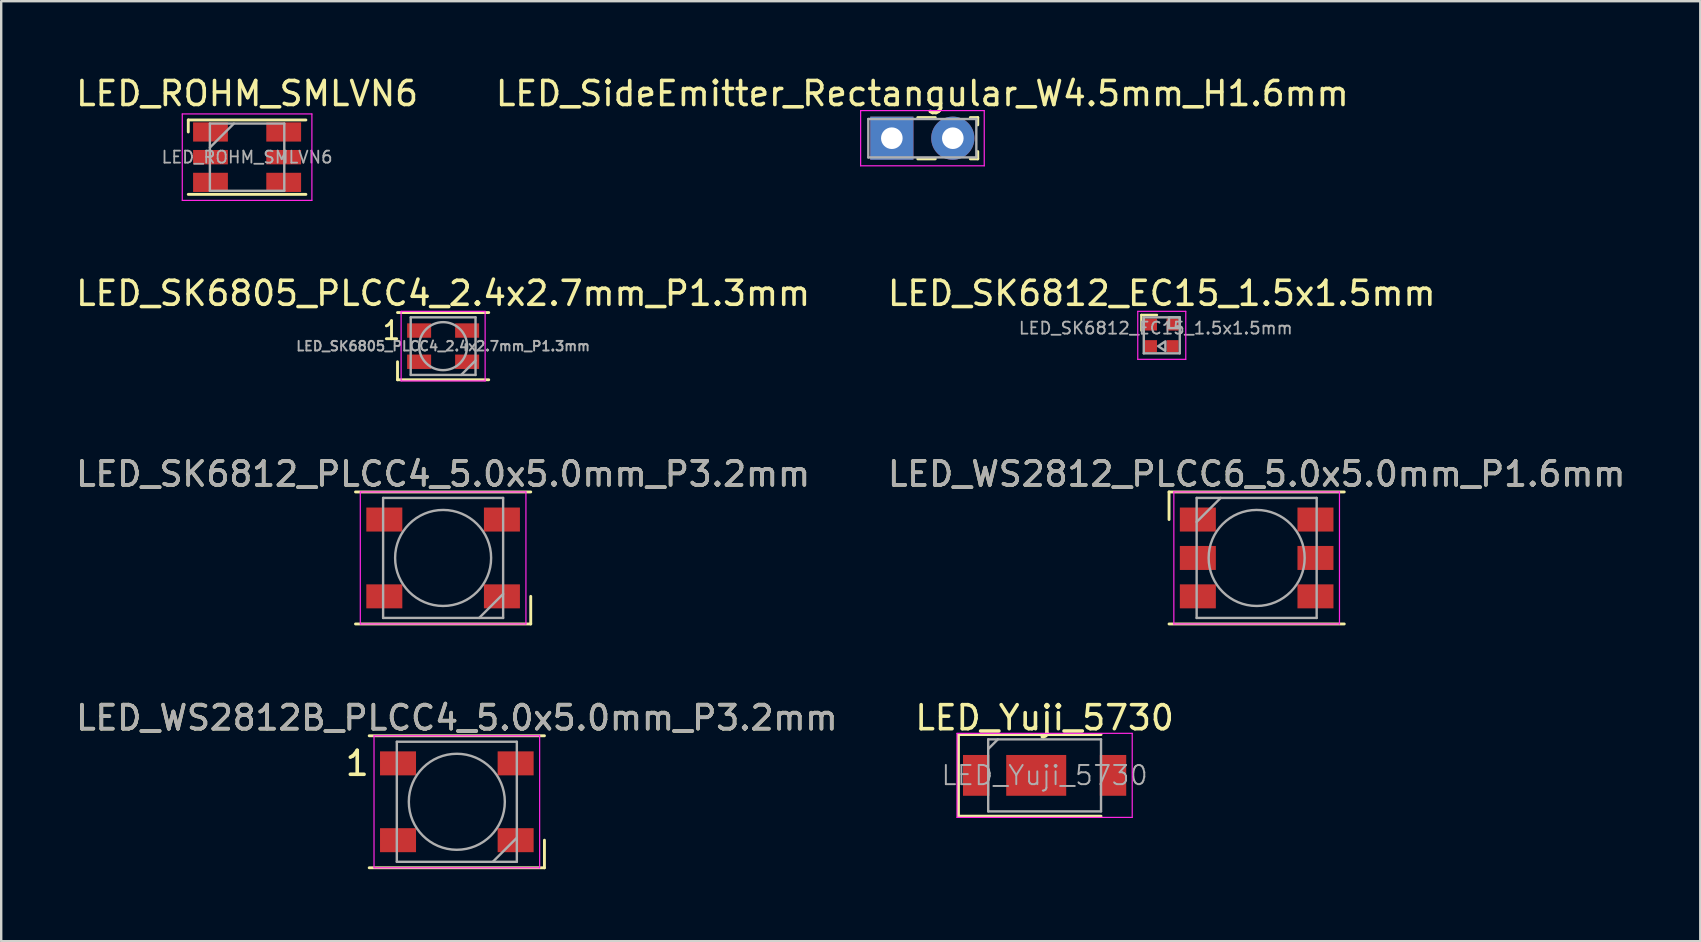
<source format=kicad_pcb>
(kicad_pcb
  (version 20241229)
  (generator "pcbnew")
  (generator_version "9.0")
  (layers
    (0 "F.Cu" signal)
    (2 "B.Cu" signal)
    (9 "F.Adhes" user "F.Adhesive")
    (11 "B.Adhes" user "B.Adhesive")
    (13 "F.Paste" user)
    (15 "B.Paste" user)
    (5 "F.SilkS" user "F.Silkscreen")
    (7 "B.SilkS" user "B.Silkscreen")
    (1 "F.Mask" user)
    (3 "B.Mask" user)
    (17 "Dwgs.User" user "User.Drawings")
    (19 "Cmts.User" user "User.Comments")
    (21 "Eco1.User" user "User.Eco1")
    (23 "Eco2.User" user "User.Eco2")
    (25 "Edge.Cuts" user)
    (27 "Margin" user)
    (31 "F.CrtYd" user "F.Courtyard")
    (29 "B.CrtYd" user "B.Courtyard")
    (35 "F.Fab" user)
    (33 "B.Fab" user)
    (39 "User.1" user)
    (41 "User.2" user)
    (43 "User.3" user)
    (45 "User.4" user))
  (footprint "LED_SideEmitter_Rectangular_W4.5mm_H1.6mm"
    (layer "F.Cu")
    (at 34.105 2.708)
    (property "Reference" "LED_SideEmitter_Rectangular_W4.5mm_H1.6mm" (at 1.27 -1.86 0) (layer "F.SilkS") (effects (font (size 1 1) (thickness 0.15))))
    (attr through_hole)
    (fp_line (start 1.08 -0.861) (end 1.811 -0.861) (stroke (width 0.12) (type solid)) (layer "F.SilkS"))
    (fp_line (start 1.08 0.861) (end 1.811 0.861) (stroke (width 0.12) (type solid)) (layer "F.SilkS"))
    (fp_line (start 3.27 -0.861) (end 3.58 -0.861) (stroke (width 0.12) (type solid)) (layer "F.SilkS"))
    (fp_line (start 3.27 0.861) (end 3.58 0.861) (stroke (width 0.12) (type solid)) (layer "F.SilkS"))
    (fp_line (start 3.58 -0.861) (end 3.58 -0.555) (stroke (width 0.12) (type solid)) (layer "F.SilkS"))
    (fp_line (start 3.58 0.555) (end 3.58 0.861) (stroke (width 0.12) (type solid)) (layer "F.SilkS"))
    (fp_line (start -1.3 -1.15) (end -1.3 1.15) (stroke (width 0.05) (type solid)) (layer "F.CrtYd"))
    (fp_line (start -1.3 1.15) (end 3.85 1.15) (stroke (width 0.05) (type solid)) (layer "F.CrtYd"))
    (fp_line (start 3.85 -1.15) (end -1.3 -1.15) (stroke (width 0.05) (type solid)) (layer "F.CrtYd"))
    (fp_line (start 3.85 1.15) (end 3.85 -1.15) (stroke (width 0.05) (type solid)) (layer "F.CrtYd"))
    (fp_line (start -0.98 -0.8) (end -0.98 0.8) (stroke (width 0.1) (type solid)) (layer "F.Fab"))
    (fp_line (start -0.98 0.8) (end 3.52 0.8) (stroke (width 0.1) (type solid)) (layer "F.Fab"))
    (fp_line (start 3.52 -0.8) (end -0.98 -0.8) (stroke (width 0.1) (type solid)) (layer "F.Fab"))
    (fp_line (start 3.52 0.8) (end 3.52 -0.8) (stroke (width 0.1) (type solid)) (layer "F.Fab"))
    (pad "1" thru_hole rect (at 0 0) (size 1.8 1.8) (drill 0.9) (layers "*.Cu" "*.Mask"))
    (pad "2" thru_hole circle (at 2.54 0) (size 1.8 1.8) (drill 0.9) (layers "*.Cu" "*.Mask")))
  (footprint "LED_WS2812_PLCC6_5.0x5.0mm_P1.6mm"
    (layer "F.Cu")
    (at 49.304 20.195)
    (property "Reference" "LED_WS2812_PLCC6_5.0x5.0mm_P1.6mm" (at 0 -3.5 0) (layer "F.SilkS") (effects (font (size 1 1) (thickness 0.15))))
    (attr smd)
    (fp_line (start -3.65 -2.75) (end 3.65 -2.75) (stroke (width 0.12) (type solid)) (layer "F.SilkS"))
    (fp_line (start -3.65 -1.6) (end -3.65 -2.75) (stroke (width 0.12) (type solid)) (layer "F.SilkS"))
    (fp_line (start -3.65 2.75) (end 3.65 2.75) (stroke (width 0.12) (type solid)) (layer "F.SilkS"))
    (fp_line (start -3.45 -2.75) (end -3.45 2.75) (stroke (width 0.05) (type solid)) (layer "F.CrtYd"))
    (fp_line (start -3.45 2.75) (end 3.45 2.75) (stroke (width 0.05) (type solid)) (layer "F.CrtYd"))
    (fp_line (start 3.45 -2.75) (end -3.45 -2.75) (stroke (width 0.05) (type solid)) (layer "F.CrtYd"))
    (fp_line (start 3.45 2.75) (end 3.45 -2.75) (stroke (width 0.05) (type solid)) (layer "F.CrtYd"))
    (fp_line (start -2.5 -2.5) (end 2.5 -2.5) (stroke (width 0.1) (type solid)) (layer "F.Fab"))
    (fp_line (start -2.5 -1.5) (end -1.5 -2.5) (stroke (width 0.1) (type solid)) (layer "F.Fab"))
    (fp_line (start -2.5 2.5) (end -2.5 -2.5) (stroke (width 0.1) (type solid)) (layer "F.Fab"))
    (fp_line (start 2.5 -2.5) (end 2.5 2.5) (stroke (width 0.1) (type solid)) (layer "F.Fab"))
    (fp_line (start 2.5 2.5) (end -2.5 2.5) (stroke (width 0.1) (type solid)) (layer "F.Fab"))
    (fp_circle (center 0 0) (end 0 -2) (stroke (width 0.1) (type solid)) (fill no) (layer "F.Fab"))
    (fp_text user "${REFERENCE}" (at 0 -3.5 0) (layer "F.Fab") (effects (font (size 1 1) (thickness 0.15))))
    (pad "1" smd rect (at -2.45 -1.6) (size 1.5 1) (layers "F.Cu" "F.Mask" "F.Paste"))
    (pad "2" smd rect (at -2.45 0) (size 1.5 1) (layers "F.Cu" "F.Mask" "F.Paste"))
    (pad "3" smd rect (at -2.45 1.6) (size 1.5 1) (layers "F.Cu" "F.Mask" "F.Paste"))
    (pad "4" smd rect (at 2.45 1.6) (size 1.5 1) (layers "F.Cu" "F.Mask" "F.Paste"))
    (pad "5" smd rect (at 2.45 0) (size 1.5 1) (layers "F.Cu" "F.Mask" "F.Paste"))
    (pad "6" smd rect (at 2.45 -1.6) (size 1.5 1) (layers "F.Cu" "F.Mask" "F.Paste")))
  (footprint "LED_SK6812_PLCC4_5.0x5.0mm_P3.2mm"
    (layer "F.Cu")
    (at 15.411 20.195)
    (property "Reference" "LED_SK6812_PLCC4_5.0x5.0mm_P3.2mm" (at 0 -3.5 0) (layer "F.SilkS") (effects (font (size 1 1) (thickness 0.15))))
    (attr smd)
    (fp_line (start -3.65 -2.75) (end 3.65 -2.75) (stroke (width 0.12) (type solid)) (layer "F.SilkS"))
    (fp_line (start -3.65 2.75) (end 3.65 2.75) (stroke (width 0.12) (type solid)) (layer "F.SilkS"))
    (fp_line (start 3.65 2.75) (end 3.65 1.6) (stroke (width 0.12) (type solid)) (layer "F.SilkS"))
    (fp_line (start -3.45 -2.75) (end -3.45 2.75) (stroke (width 0.05) (type solid)) (layer "F.CrtYd"))
    (fp_line (start -3.45 2.75) (end 3.45 2.75) (stroke (width 0.05) (type solid)) (layer "F.CrtYd"))
    (fp_line (start 3.45 -2.75) (end -3.45 -2.75) (stroke (width 0.05) (type solid)) (layer "F.CrtYd"))
    (fp_line (start 3.45 2.75) (end 3.45 -2.75) (stroke (width 0.05) (type solid)) (layer "F.CrtYd"))
    (fp_line (start -2.5 -2.5) (end -2.5 2.5) (stroke (width 0.1) (type solid)) (layer "F.Fab"))
    (fp_line (start -2.5 2.5) (end 2.5 2.5) (stroke (width 0.1) (type solid)) (layer "F.Fab"))
    (fp_line (start 2.5 -2.5) (end -2.5 -2.5) (stroke (width 0.1) (type solid)) (layer "F.Fab"))
    (fp_line (start 2.5 1.5) (end 1.5 2.5) (stroke (width 0.1) (type solid)) (layer "F.Fab"))
    (fp_line (start 2.5 2.5) (end 2.5 -2.5) (stroke (width 0.1) (type solid)) (layer "F.Fab"))
    (fp_circle (center 0 0) (end 0 -2) (stroke (width 0.1) (type solid)) (fill no) (layer "F.Fab"))
    (fp_text user "${REFERENCE}" (at 0 -3.5 0) (layer "F.Fab") (effects (font (size 1 1) (thickness 0.15))))
    (pad "1" smd rect (at 2.45 1.6) (size 1.5 1) (layers "F.Cu" "F.Mask" "F.Paste"))
    (pad "2" smd rect (at 2.45 -1.6) (size 1.5 1) (layers "F.Cu" "F.Mask" "F.Paste"))
    (pad "3" smd rect (at -2.45 -1.6) (size 1.5 1) (layers "F.Cu" "F.Mask" "F.Paste"))
    (pad "4" smd rect (at -2.45 1.6) (size 1.5 1) (layers "F.Cu" "F.Mask" "F.Paste")))
  (footprint "LED_SK6812_EC15_1.5x1.5mm"
    (layer "F.Cu")
    (at 45.351 10.921)
    (property "Reference" "LED_SK6812_EC15_1.5x1.5mm" (at 0 -1.75 0) (layer "F.SilkS") (effects (font (size 1 1) (thickness 0.15))))
    (attr smd)
    (fp_line (start -0.85 -0.85) (end -0.2 -0.85) (stroke (width 0.1) (type solid)) (layer "F.SilkS"))
    (fp_line (start -0.85 -0.2) (end -0.85 -0.85) (stroke (width 0.1) (type solid)) (layer "F.SilkS"))
    (fp_line (start -1 -1) (end 1 -1) (stroke (width 0.05) (type solid)) (layer "F.CrtYd"))
    (fp_line (start -1 1) (end -1 -1) (stroke (width 0.05) (type solid)) (layer "F.CrtYd"))
    (fp_line (start 1 -1) (end 1 1) (stroke (width 0.05) (type solid)) (layer "F.CrtYd"))
    (fp_line (start 1 1) (end -1 1) (stroke (width 0.05) (type solid)) (layer "F.CrtYd"))
    (fp_line (start -0.75 -0.75) (end 0.75 -0.75) (stroke (width 0.1) (type solid)) (layer "F.Fab"))
    (fp_line (start -0.75 0.75) (end -0.75 -0.75) (stroke (width 0.1) (type solid)) (layer "F.Fab"))
    (fp_line (start 0.75 -0.75) (end 0.75 0.75) (stroke (width 0.1) (type solid)) (layer "F.Fab"))
    (fp_line (start 0.75 0.75) (end -0.75 0.75) (stroke (width 0.1) (type solid)) (layer "F.Fab"))
    (fp_poly (pts (xy 0.15 0.25) (xy -0.15 0.45) (xy 0.15 0.65)) (stroke (width 0.1) (type solid)) (fill no) (layer "F.Fab"))
    (fp_poly (pts (xy 0.75 -0.75) (xy 0.3 -0.75) (xy 0.3 -0.3) (xy 0.75 -0.3)) (stroke (width 0.1) (type solid)) (fill no) (layer "F.Fab"))
    (fp_text user "${REFERENCE}" (at -0.25 -0.3 0) (layer "F.Fab") (effects (font (size 0.5 0.5) (thickness 0.075))))
    (pad "1" smd rect (at -0.45 -0.45) (size 0.5 0.5) (layers "F.Cu" "F.Mask" "F.Paste"))
    (pad "2" smd rect (at -0.45 0.45) (size 0.5 0.5) (layers "F.Cu" "F.Mask" "F.Paste"))
    (pad "3" smd rect (at 0.45 0.45) (size 0.5 0.5) (layers "F.Cu" "F.Mask" "F.Paste"))
    (pad "4" smd rect (at 0.45 -0.45) (size 0.5 0.5) (layers "F.Cu" "F.Mask" "F.Paste")))
  (footprint "LED_SK6805_PLCC4_2.4x2.7mm_P1.3mm"
    (layer "F.Cu")
    (at 15.411 11.371)
    (property "Reference" "LED_SK6805_PLCC4_2.4x2.7mm_P1.3mm" (at 0 -2.2 0) (layer "F.SilkS") (effects (font (size 1 1) (thickness 0.15))))
    (attr smd)
    (fp_line (start -1.9 -1.4) (end 1.9 -1.4) (stroke (width 0.12) (type solid)) (layer "F.SilkS"))
    (fp_line (start -1.9 1.4) (end -1.9 0.65) (stroke (width 0.12) (type solid)) (layer "F.SilkS"))
    (fp_line (start -1.9 1.4) (end 1.9 1.4) (stroke (width 0.12) (type solid)) (layer "F.SilkS"))
    (fp_line (start -1.75 -1.45) (end -1.75 1.45) (stroke (width 0.05) (type solid)) (layer "F.CrtYd"))
    (fp_line (start -1.75 1.45) (end 1.75 1.45) (stroke (width 0.05) (type solid)) (layer "F.CrtYd"))
    (fp_line (start 1.75 -1.45) (end -1.75 -1.45) (stroke (width 0.05) (type solid)) (layer "F.CrtYd"))
    (fp_line (start 1.75 1.45) (end 1.75 -1.45) (stroke (width 0.05) (type solid)) (layer "F.CrtYd"))
    (fp_line (start -1.35 -1.2) (end -1.35 1.2) (stroke (width 0.1) (type solid)) (layer "F.Fab"))
    (fp_line (start -1.35 1.2) (end 1.35 1.2) (stroke (width 0.1) (type solid)) (layer "F.Fab"))
    (fp_line (start 1.35 -1.2) (end -1.35 -1.2) (stroke (width 0.1) (type solid)) (layer "F.Fab"))
    (fp_line (start 1.35 0.6) (end 0.75 1.2) (stroke (width 0.1) (type solid)) (layer "F.Fab"))
    (fp_line (start 1.35 1.2) (end 1.35 -1.2) (stroke (width 0.1) (type solid)) (layer "F.Fab"))
    (fp_circle (center 0 0) (end 0 -1) (stroke (width 0.1) (type solid)) (fill no) (layer "F.Fab"))
    (fp_text user "1" (at -2.15 -0.65 0) (layer "F.SilkS") (effects (font (size 0.75 0.75) (thickness 0.12))))
    (fp_text user "${REFERENCE}" (at 0 0 0) (layer "F.Fab") (effects (font (size 0.4 0.4) (thickness 0.08))))
    (pad "1" smd rect (at -1 -0.65) (size 1 0.6) (layers "F.Cu" "F.Mask" "F.Paste"))
    (pad "2" smd rect (at -1 0.65) (size 1 0.6) (layers "F.Cu" "F.Mask" "F.Paste"))
    (pad "3" smd rect (at 1 0.65) (size 1 0.6) (layers "F.Cu" "F.Mask" "F.Paste"))
    (pad "4" smd rect (at 1 -0.65) (size 1 0.6) (layers "F.Cu" "F.Mask" "F.Paste")))
  (footprint "LED_Yuji_5730"
    (layer "F.Cu")
    (at 40.47 29.253)
    (property "Reference" "LED_Yuji_5730" (at 0 -2.4 0) (layer "F.SilkS") (effects (font (size 1 1) (thickness 0.15))))
    (attr smd)
    (fp_line (start -3.59 -1.7) (end 2.35 -1.7) (stroke (width 0.12) (type solid)) (layer "F.SilkS"))
    (fp_line (start -3.59 1.7) (end -3.59 -1.7) (stroke (width 0.12) (type solid)) (layer "F.SilkS"))
    (fp_line (start 2.35 1.7) (end -3.59 1.7) (stroke (width 0.12) (type solid)) (layer "F.SilkS"))
    (fp_line (start -3.65 -1.75) (end 3.65 -1.75) (stroke (width 0.05) (type solid)) (layer "F.CrtYd"))
    (fp_line (start -3.65 1.75) (end -3.65 -1.75) (stroke (width 0.05) (type solid)) (layer "F.CrtYd"))
    (fp_line (start 3.65 -1.75) (end 3.65 1.75) (stroke (width 0.05) (type solid)) (layer "F.CrtYd"))
    (fp_line (start 3.65 1.75) (end -3.65 1.75) (stroke (width 0.05) (type solid)) (layer "F.CrtYd"))
    (fp_line (start -2.35 -1.5) (end 2.35 -1.5) (stroke (width 0.1) (type solid)) (layer "F.Fab"))
    (fp_line (start -2.35 -1.1) (end -1.95 -1.5) (stroke (width 0.1) (type solid)) (layer "F.Fab"))
    (fp_line (start -2.35 1.5) (end -2.35 -1.5) (stroke (width 0.1) (type solid)) (layer "F.Fab"))
    (fp_line (start 2.35 -1.5) (end 2.35 1.5) (stroke (width 0.1) (type solid)) (layer "F.Fab"))
    (fp_line (start 2.35 1.5) (end -2.35 1.5) (stroke (width 0.1) (type solid)) (layer "F.Fab"))
    (fp_text user "${REFERENCE}" (at 0 0 0) (layer "F.Fab") (effects (font (size 0.8 0.8) (thickness 0.08))))
    (pad "1" smd rect (at 2.85 0) (size 1.1 1.7) (layers "F.Cu" "F.Mask" "F.Paste"))
    (pad "2" smd rect (at -2.85 0) (size 1.1 1.7) (layers "F.Cu" "F.Mask" "F.Paste"))
    (pad "2" smd rect (at -0.35 0) (size 2.5 1.7) (layers "F.Cu" "F.Mask" "F.Paste")))
  (footprint "LED_WS2812B_PLCC4_5.0x5.0mm_P3.2mm"
    (layer "F.Cu")
    (at 15.982 30.353)
    (property "Reference" "LED_WS2812B_PLCC4_5.0x5.0mm_P3.2mm" (at 0 -3.5 0) (layer "F.SilkS") (effects (font (size 1 1) (thickness 0.15))))
    (attr smd)
    (fp_line (start -3.65 -2.75) (end 3.65 -2.75) (stroke (width 0.12) (type solid)) (layer "F.SilkS"))
    (fp_line (start -3.65 2.75) (end 3.65 2.75) (stroke (width 0.12) (type solid)) (layer "F.SilkS"))
    (fp_line (start 3.65 2.75) (end 3.65 1.6) (stroke (width 0.12) (type solid)) (layer "F.SilkS"))
    (fp_line (start -3.45 -2.75) (end -3.45 2.75) (stroke (width 0.05) (type solid)) (layer "F.CrtYd"))
    (fp_line (start -3.45 2.75) (end 3.45 2.75) (stroke (width 0.05) (type solid)) (layer "F.CrtYd"))
    (fp_line (start 3.45 -2.75) (end -3.45 -2.75) (stroke (width 0.05) (type solid)) (layer "F.CrtYd"))
    (fp_line (start 3.45 2.75) (end 3.45 -2.75) (stroke (width 0.05) (type solid)) (layer "F.CrtYd"))
    (fp_line (start -2.5 -2.5) (end -2.5 2.5) (stroke (width 0.1) (type solid)) (layer "F.Fab"))
    (fp_line (start -2.5 2.5) (end 2.5 2.5) (stroke (width 0.1) (type solid)) (layer "F.Fab"))
    (fp_line (start 2.5 -2.5) (end -2.5 -2.5) (stroke (width 0.1) (type solid)) (layer "F.Fab"))
    (fp_line (start 2.5 1.5) (end 1.5 2.5) (stroke (width 0.1) (type solid)) (layer "F.Fab"))
    (fp_line (start 2.5 2.5) (end 2.5 -2.5) (stroke (width 0.1) (type solid)) (layer "F.Fab"))
    (fp_circle (center 0 0) (end 0 -2) (stroke (width 0.1) (type solid)) (fill no) (layer "F.Fab"))
    (fp_text user "1" (at -4.15 -1.6 0) (layer "F.SilkS") (effects (font (size 1 1) (thickness 0.15))))
    (fp_text user "${REFERENCE}" (at 0 -3.5 0) (layer "F.Fab") (effects (font (size 1 1) (thickness 0.15))))
    (pad "1" smd rect (at -2.45 -1.6) (size 1.5 1) (layers "F.Cu" "F.Mask" "F.Paste"))
    (pad "2" smd rect (at -2.45 1.6) (size 1.5 1) (layers "F.Cu" "F.Mask" "F.Paste"))
    (pad "3" smd rect (at 2.45 1.6) (size 1.5 1) (layers "F.Cu" "F.Mask" "F.Paste"))
    (pad "4" smd rect (at 2.45 -1.6) (size 1.5 1) (layers "F.Cu" "F.Mask" "F.Paste")))
  (footprint "LED_ROHM_SMLVN6"
    (layer "F.Cu")
    (at 7.244 3.498)
    (property "Reference" "LED_ROHM_SMLVN6" (at 0 -2.65 0) (layer "F.SilkS") (effects (font (size 1 1) (thickness 0.15))))
    (attr smd)
    (fp_line (start -2.45 -1.55) (end 2.45 -1.55) (stroke (width 0.12) (type solid)) (layer "F.SilkS"))
    (fp_line (start -2.45 -1.05) (end -2.45 -1.55) (stroke (width 0.12) (type solid)) (layer "F.SilkS"))
    (fp_line (start -2.45 1.55) (end 2.45 1.55) (stroke (width 0.12) (type solid)) (layer "F.SilkS"))
    (fp_line (start -2.7 -1.8) (end -2.7 1.8) (stroke (width 0.05) (type solid)) (layer "F.CrtYd"))
    (fp_line (start -2.7 1.8) (end 2.7 1.8) (stroke (width 0.05) (type solid)) (layer "F.CrtYd"))
    (fp_line (start 2.7 -1.8) (end -2.7 -1.8) (stroke (width 0.05) (type solid)) (layer "F.CrtYd"))
    (fp_line (start 2.7 1.8) (end 2.7 -1.8) (stroke (width 0.05) (type solid)) (layer "F.CrtYd"))
    (fp_line (start -1.55 -1.4) (end -1.55 1.4) (stroke (width 0.1) (type solid)) (layer "F.Fab"))
    (fp_line (start -1.55 1.4) (end 1.55 1.4) (stroke (width 0.1) (type solid)) (layer "F.Fab"))
    (fp_line (start -0.55 -1.4) (end -1.55 -0.4) (stroke (width 0.1) (type solid)) (layer "F.Fab"))
    (fp_line (start 1.55 -1.4) (end -1.55 -1.4) (stroke (width 0.1) (type solid)) (layer "F.Fab"))
    (fp_line (start 1.55 1.4) (end 1.55 -1.4) (stroke (width 0.1) (type solid)) (layer "F.Fab"))
    (fp_text user "${REFERENCE}" (at 0 0 0) (layer "F.Fab") (effects (font (size 0.5 0.5) (thickness 0.075))))
    (pad "1" smd rect (at -1.525 -1.05) (size 1.45 0.8) (layers "F.Cu" "F.Mask" "F.Paste"))
    (pad "2" smd rect (at -1.525 0) (size 1.45 0.6) (layers "F.Cu" "F.Mask" "F.Paste"))
    (pad "3" smd rect (at -1.525 1.05) (size 1.45 0.8) (layers "F.Cu" "F.Mask" "F.Paste"))
    (pad "4" smd rect (at 1.525 1.05) (size 1.45 0.8) (layers "F.Cu" "F.Mask" "F.Paste"))
    (pad "5" smd rect (at 1.525 0) (size 1.45 0.6) (layers "F.Cu" "F.Mask" "F.Paste"))
    (pad "6" smd rect (at 1.525 -1.05) (size 1.45 0.8) (layers "F.Cu" "F.Mask" "F.Paste")))
  (gr_rect
    (start -3 -3)
    (end 67.786 36.163)
    (stroke (width 0.1) (type default))
    (fill no)
    (layer "Edge.Cuts")))
</source>
